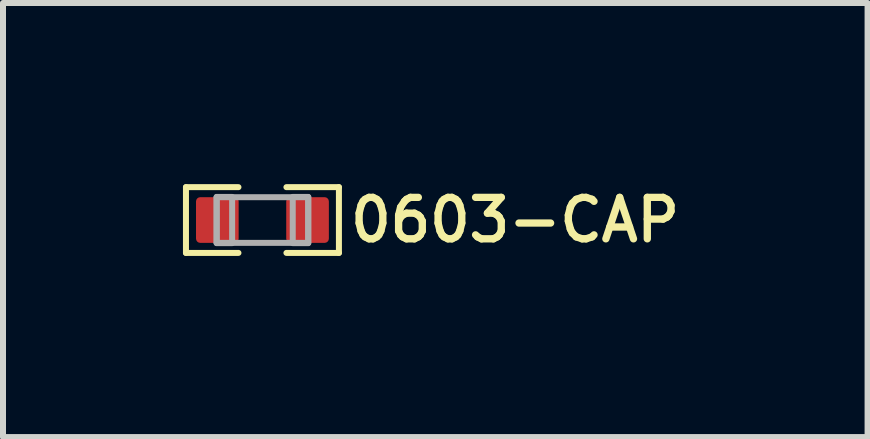
<source format=kicad_pcb>
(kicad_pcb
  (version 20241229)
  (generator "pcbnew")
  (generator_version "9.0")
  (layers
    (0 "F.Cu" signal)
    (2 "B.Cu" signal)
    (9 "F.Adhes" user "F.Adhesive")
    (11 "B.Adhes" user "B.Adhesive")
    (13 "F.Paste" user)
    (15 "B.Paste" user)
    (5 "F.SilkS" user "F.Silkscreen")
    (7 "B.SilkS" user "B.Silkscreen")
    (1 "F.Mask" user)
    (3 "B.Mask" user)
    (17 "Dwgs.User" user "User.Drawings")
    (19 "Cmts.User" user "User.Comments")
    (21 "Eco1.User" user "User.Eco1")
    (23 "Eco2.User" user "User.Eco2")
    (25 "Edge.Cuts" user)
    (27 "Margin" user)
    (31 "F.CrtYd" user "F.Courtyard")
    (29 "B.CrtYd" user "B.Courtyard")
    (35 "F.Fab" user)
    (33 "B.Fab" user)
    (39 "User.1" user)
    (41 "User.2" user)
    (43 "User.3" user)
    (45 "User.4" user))
  (footprint "0603-CAP"
    (layer "F.Cu")
    (at 1.325 0.618)
    (property "Reference" "0603-CAP" (at 1.4 0 0) (layer "F.SilkS") (effects (font (size 0.691 0.691) (thickness 0.122)) (justify left)))
    (fp_line (start -1.275 -0.548) (end -0.4 -0.548) (stroke (width 0.1) (type solid)) (layer "F.SilkS"))
    (fp_line (start -1.275 0.548) (end -1.275 -0.548) (stroke (width 0.1) (type solid)) (layer "F.SilkS"))
    (fp_line (start -0.4 0.548) (end -1.275 0.548) (stroke (width 0.1) (type solid)) (layer "F.SilkS"))
    (fp_line (start 0.4 -0.548) (end 1.275 -0.548) (stroke (width 0.1) (type solid)) (layer "F.SilkS"))
    (fp_line (start 1.275 -0.548) (end 1.275 0.548) (stroke (width 0.1) (type solid)) (layer "F.SilkS"))
    (fp_line (start 1.275 0.548) (end 0.4 0.548) (stroke (width 0.1) (type solid)) (layer "F.SilkS"))
    (fp_line (start -0.762 -0.381) (end 0.762 -0.381) (stroke (width 0.1) (type solid)) (layer "F.Fab"))
    (fp_line (start -0.762 0.381) (end -0.762 -0.381) (stroke (width 0.1) (type solid)) (layer "F.Fab"))
    (fp_line (start 0.762 -0.381) (end 0.762 0.381) (stroke (width 0.1) (type solid)) (layer "F.Fab"))
    (fp_line (start 0.762 0.381) (end -0.762 0.381) (stroke (width 0.1) (type solid)) (layer "F.Fab"))
    (fp_poly (pts (xy -0.505 0.385) (xy -0.765 0.385) (xy -0.765 -0.385) (xy -0.505 -0.385)) (stroke (width 0.1) (type solid)) (fill no) (layer "F.Fab"))
    (fp_poly (pts (xy 0.765 0.385) (xy 0.505 0.385) (xy 0.505 -0.385) (xy 0.765 -0.385)) (stroke (width 0.1) (type solid)) (fill no) (layer "F.Fab"))
    (pad "1" smd roundrect (at -0.752 0) (size 0.711 0.762) (layers "F.Cu" "F.Mask" "F.Paste") (roundrect_rratio 0.1))
    (pad "2" smd roundrect (at 0.752 0) (size 0.711 0.762) (layers "F.Cu" "F.Mask" "F.Paste") (roundrect_rratio 0.1)))
  (gr_rect
    (start -3 -3)
    (end 11.413 4.236)
    (stroke (width 0.1) (type default))
    (fill no)
    (layer "Edge.Cuts")))
</source>
